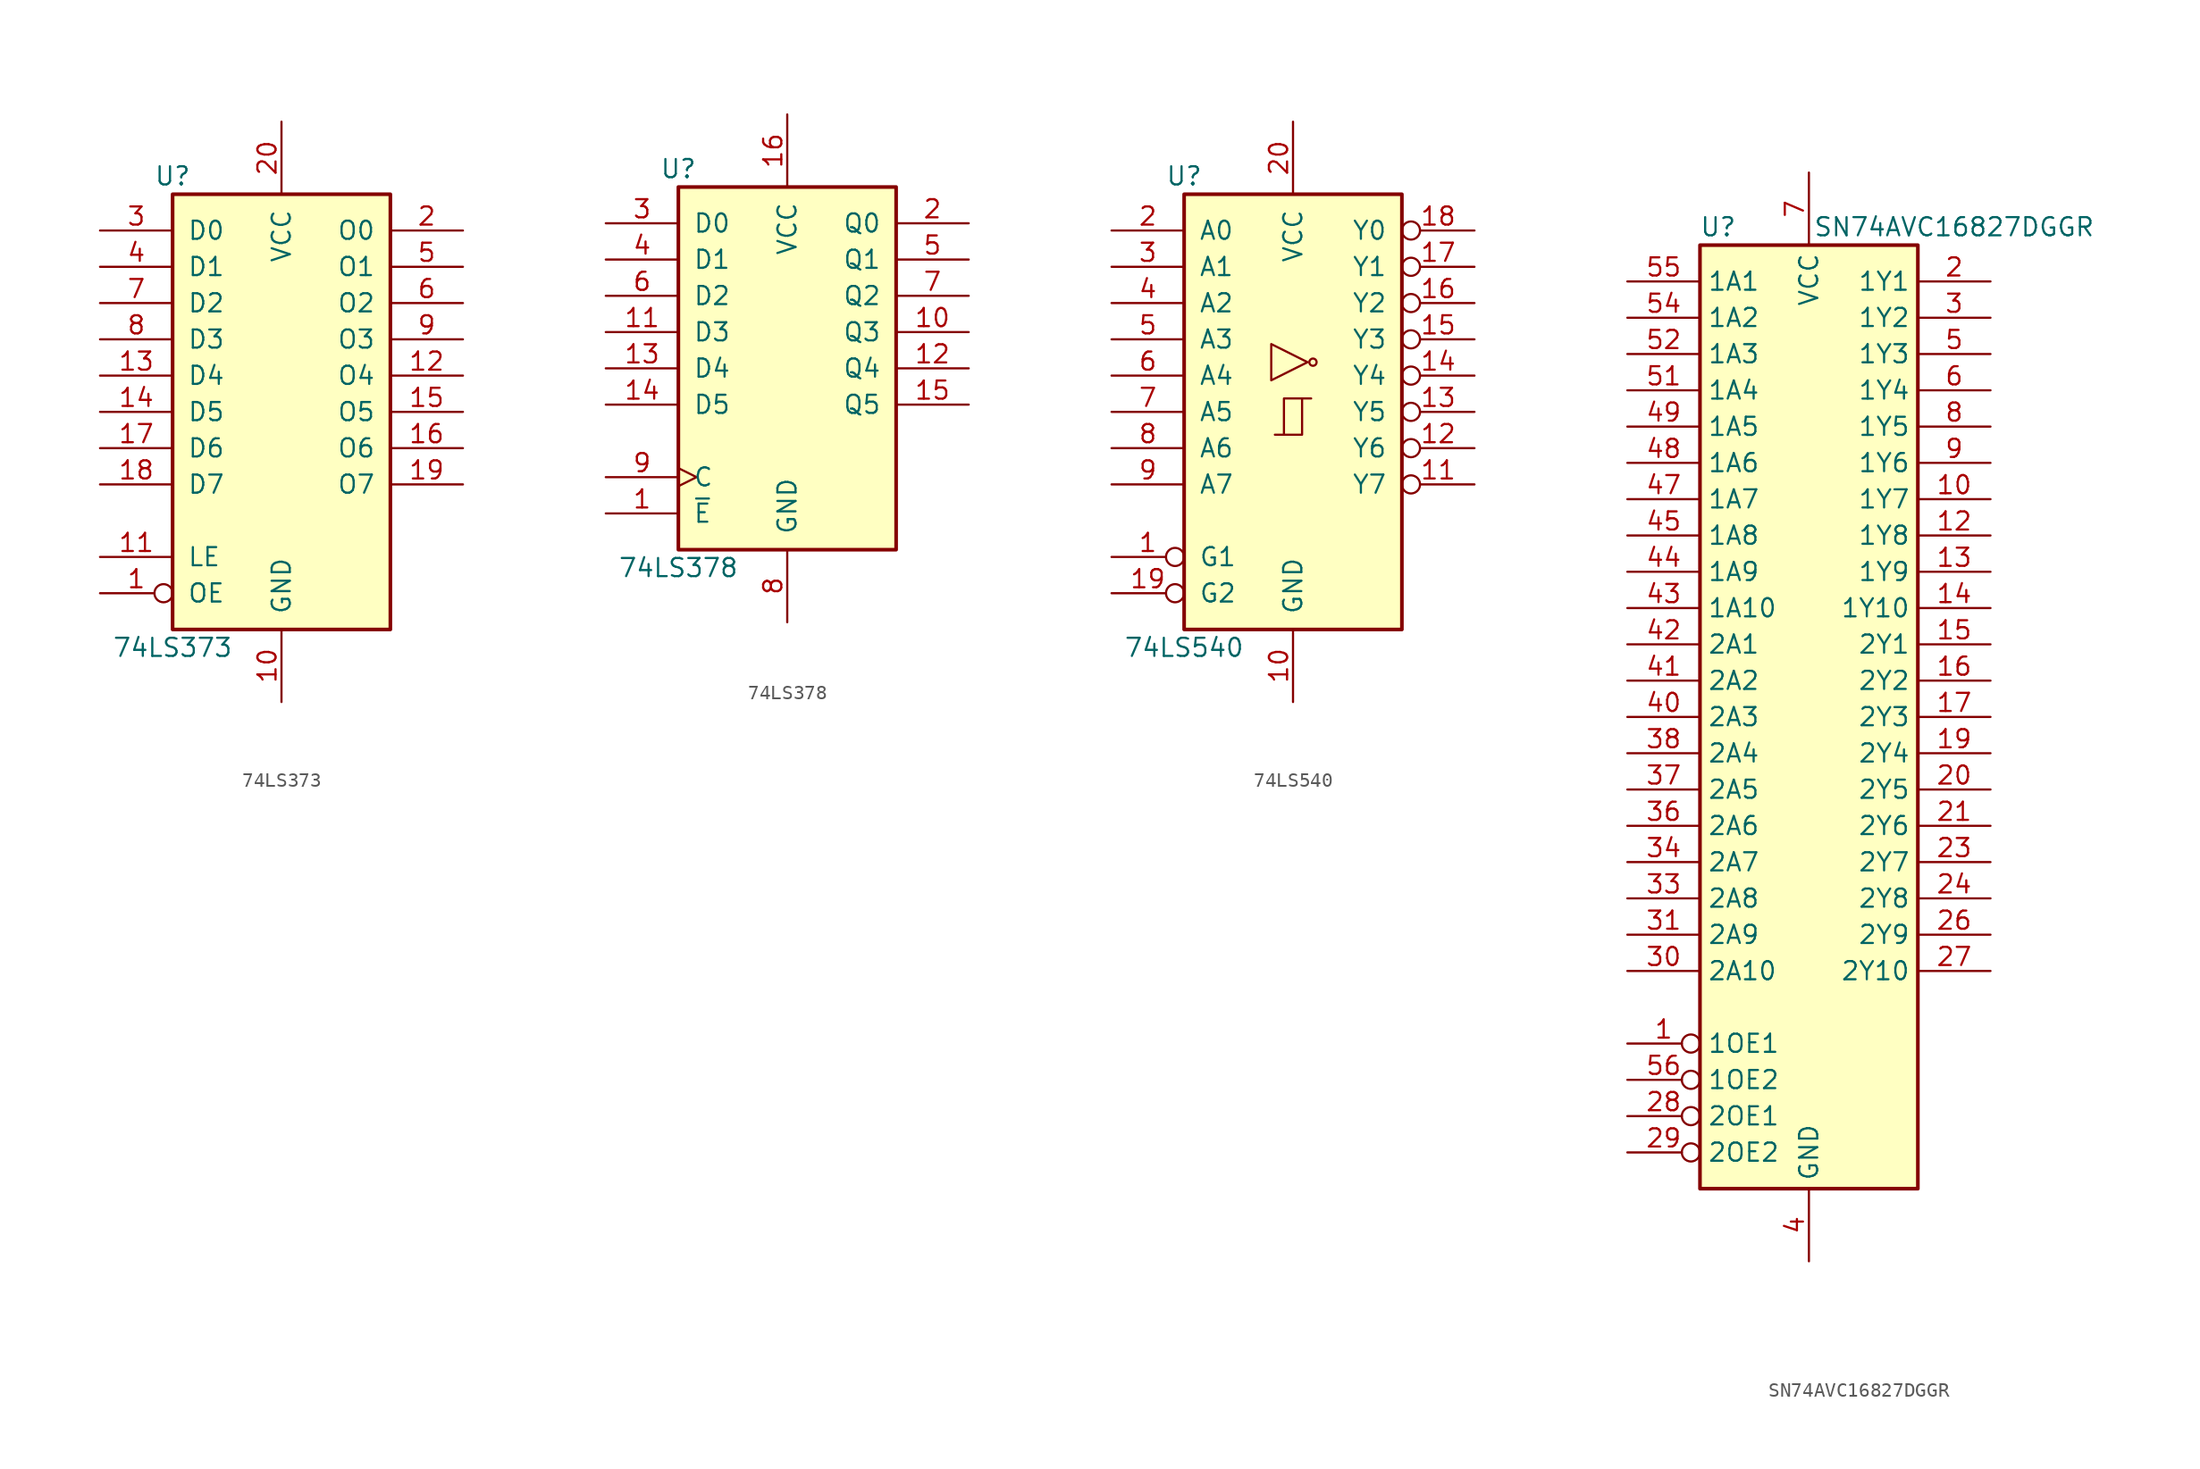
<source format=kicad_sym>
(kicad_symbol_lib
  (version 20201005)
  (generator kicad_symbol_editor)
  (symbol "74LS373"
    (pin_names
      (offset 1.016))
    (property "Reference" "U"
      (at -7.62 16.51 0)
      (effects (font (size 1.27 1.27))))
    (property "Value" "74LS373"
      (at -7.62 -16.51 0)
      (effects (font (size 1.27 1.27))))
    (property "ki_locked" ""
      (at 0 0 0)
      (effects (font (size 1.27 1.27))))
    (symbol "74LS373_1_0"
      (pin input inverted (at -12.7 -12.7 0) (length 5.08) (name "OE" (effects (font (size 1.27 1.27)))) (number "1" (effects (font (size 1.27 1.27)))))
      (pin power_in line (at 0 -20.32 90) (length 5.08) (name "GND" (effects (font (size 1.27 1.27)))) (number "10" (effects (font (size 1.27 1.27)))))
      (pin input line (at -12.7 -10.16 0) (length 5.08) (name "LE" (effects (font (size 1.27 1.27)))) (number "11" (effects (font (size 1.27 1.27)))))
      (pin tri_state line (at 12.7 2.54 180) (length 5.08) (name "O4" (effects (font (size 1.27 1.27)))) (number "12" (effects (font (size 1.27 1.27)))))
      (pin input line (at -12.7 2.54 0) (length 5.08) (name "D4" (effects (font (size 1.27 1.27)))) (number "13" (effects (font (size 1.27 1.27)))))
      (pin input line (at -12.7 0 0) (length 5.08) (name "D5" (effects (font (size 1.27 1.27)))) (number "14" (effects (font (size 1.27 1.27)))))
      (pin tri_state line (at 12.7 0 180) (length 5.08) (name "O5" (effects (font (size 1.27 1.27)))) (number "15" (effects (font (size 1.27 1.27)))))
      (pin tri_state line (at 12.7 -2.54 180) (length 5.08) (name "O6" (effects (font (size 1.27 1.27)))) (number "16" (effects (font (size 1.27 1.27)))))
      (pin input line (at -12.7 -2.54 0) (length 5.08) (name "D6" (effects (font (size 1.27 1.27)))) (number "17" (effects (font (size 1.27 1.27)))))
      (pin input line (at -12.7 -5.08 0) (length 5.08) (name "D7" (effects (font (size 1.27 1.27)))) (number "18" (effects (font (size 1.27 1.27)))))
      (pin tri_state line (at 12.7 -5.08 180) (length 5.08) (name "O7" (effects (font (size 1.27 1.27)))) (number "19" (effects (font (size 1.27 1.27)))))
      (pin tri_state line (at 12.7 12.7 180) (length 5.08) (name "O0" (effects (font (size 1.27 1.27)))) (number "2" (effects (font (size 1.27 1.27)))))
      (pin power_in line (at 0 20.32 270) (length 5.08) (name "VCC" (effects (font (size 1.27 1.27)))) (number "20" (effects (font (size 1.27 1.27)))))
      (pin input line (at -12.7 12.7 0) (length 5.08) (name "D0" (effects (font (size 1.27 1.27)))) (number "3" (effects (font (size 1.27 1.27)))))
      (pin input line (at -12.7 10.16 0) (length 5.08) (name "D1" (effects (font (size 1.27 1.27)))) (number "4" (effects (font (size 1.27 1.27)))))
      (pin tri_state line (at 12.7 10.16 180) (length 5.08) (name "O1" (effects (font (size 1.27 1.27)))) (number "5" (effects (font (size 1.27 1.27)))))
      (pin tri_state line (at 12.7 7.62 180) (length 5.08) (name "O2" (effects (font (size 1.27 1.27)))) (number "6" (effects (font (size 1.27 1.27)))))
      (pin input line (at -12.7 7.62 0) (length 5.08) (name "D2" (effects (font (size 1.27 1.27)))) (number "7" (effects (font (size 1.27 1.27)))))
      (pin input line (at -12.7 5.08 0) (length 5.08) (name "D3" (effects (font (size 1.27 1.27)))) (number "8" (effects (font (size 1.27 1.27)))))
      (pin tri_state line (at 12.7 5.08 180) (length 5.08) (name "O3" (effects (font (size 1.27 1.27)))) (number "9" (effects (font (size 1.27 1.27))))))
    (symbol "74LS373_1_1"
      (rectangle (start -7.62 15.24) (end 7.62 -15.24) (stroke (width 0.254)) (fill (type background)))))
  (symbol "74LS378"
    (pin_names
      (offset 1.016))
    (property "Reference" "U"
      (at -7.62 13.97 0)
      (effects (font (size 1.27 1.27))))
    (property "Value" "74LS378"
      (at -7.62 -13.97 0)
      (effects (font (size 1.27 1.27))))
    (property "ki_locked" ""
      (at 0 0 0)
      (effects (font (size 1.27 1.27))))
    (symbol "74LS378_1_0"
      (pin input line (at -12.7 -10.16 0) (length 5.08) (name "~E" (effects (font (size 1.27 1.27)))) (number "1" (effects (font (size 1.27 1.27)))))
      (pin output line (at 12.7 2.54 180) (length 5.08) (name "Q3" (effects (font (size 1.27 1.27)))) (number "10" (effects (font (size 1.27 1.27)))))
      (pin input line (at -12.7 2.54 0) (length 5.08) (name "D3" (effects (font (size 1.27 1.27)))) (number "11" (effects (font (size 1.27 1.27)))))
      (pin output line (at 12.7 0 180) (length 5.08) (name "Q4" (effects (font (size 1.27 1.27)))) (number "12" (effects (font (size 1.27 1.27)))))
      (pin input line (at -12.7 0 0) (length 5.08) (name "D4" (effects (font (size 1.27 1.27)))) (number "13" (effects (font (size 1.27 1.27)))))
      (pin input line (at -12.7 -2.54 0) (length 5.08) (name "D5" (effects (font (size 1.27 1.27)))) (number "14" (effects (font (size 1.27 1.27)))))
      (pin output line (at 12.7 -2.54 180) (length 5.08) (name "Q5" (effects (font (size 1.27 1.27)))) (number "15" (effects (font (size 1.27 1.27)))))
      (pin power_in line (at 0 17.78 270) (length 5.08) (name "VCC" (effects (font (size 1.27 1.27)))) (number "16" (effects (font (size 1.27 1.27)))))
      (pin output line (at 12.7 10.16 180) (length 5.08) (name "Q0" (effects (font (size 1.27 1.27)))) (number "2" (effects (font (size 1.27 1.27)))))
      (pin input line (at -12.7 10.16 0) (length 5.08) (name "D0" (effects (font (size 1.27 1.27)))) (number "3" (effects (font (size 1.27 1.27)))))
      (pin input line (at -12.7 7.62 0) (length 5.08) (name "D1" (effects (font (size 1.27 1.27)))) (number "4" (effects (font (size 1.27 1.27)))))
      (pin output line (at 12.7 7.62 180) (length 5.08) (name "Q1" (effects (font (size 1.27 1.27)))) (number "5" (effects (font (size 1.27 1.27)))))
      (pin input line (at -12.7 5.08 0) (length 5.08) (name "D2" (effects (font (size 1.27 1.27)))) (number "6" (effects (font (size 1.27 1.27)))))
      (pin output line (at 12.7 5.08 180) (length 5.08) (name "Q2" (effects (font (size 1.27 1.27)))) (number "7" (effects (font (size 1.27 1.27)))))
      (pin power_in line (at 0 -17.78 90) (length 5.08) (name "GND" (effects (font (size 1.27 1.27)))) (number "8" (effects (font (size 1.27 1.27)))))
      (pin input clock (at -12.7 -7.62 0) (length 5.08) (name "C" (effects (font (size 1.27 1.27)))) (number "9" (effects (font (size 1.27 1.27))))))
    (symbol "74LS378_1_1"
      (rectangle (start -7.62 12.7) (end 7.62 -12.7) (stroke (width 0.254)) (fill (type background)))))
  (symbol "74LS540"
    (pin_names
      (offset 1.016))
    (property "Reference" "U"
      (at -7.62 16.51 0)
      (effects (font (size 1.27 1.27))))
    (property "Value" "74LS540"
      (at -7.62 -16.51 0)
      (effects (font (size 1.27 1.27))))
    (property "ki_locked" ""
      (at 0 0 0)
      (effects (font (size 1.27 1.27))))
    (symbol "74LS540_1_0"
      (circle (center 1.397 3.48) (radius 0.254) (stroke (width 0.152)) (fill (type none)))
      (polyline (pts (xy -0.635 -1.6) (xy -0.635 0.94) (xy 0.635 0.94)) (stroke (width 0)) (fill (type none)))
      (polyline (pts (xy -1.27 -1.6) (xy 0.635 -1.6) (xy 0.635 0.94) (xy 1.27 0.94)) (stroke (width 0)) (fill (type none)))
      (polyline (pts (xy 1.016 3.48) (xy -1.524 4.75) (xy -1.524 2.21) (xy 1.016 3.48)) (stroke (width 0.152)) (fill (type none)))
      (pin input inverted (at -12.7 -10.16 0) (length 5.08) (name "G1" (effects (font (size 1.27 1.27)))) (number "1" (effects (font (size 1.27 1.27)))))
      (pin power_in line (at 0 -20.32 90) (length 5.08) (name "GND" (effects (font (size 1.27 1.27)))) (number "10" (effects (font (size 1.27 1.27)))))
      (pin tri_state inverted (at 12.7 -5.08 180) (length 5.08) (name "Y7" (effects (font (size 1.27 1.27)))) (number "11" (effects (font (size 1.27 1.27)))))
      (pin tri_state inverted (at 12.7 -2.54 180) (length 5.08) (name "Y6" (effects (font (size 1.27 1.27)))) (number "12" (effects (font (size 1.27 1.27)))))
      (pin tri_state inverted (at 12.7 0 180) (length 5.08) (name "Y5" (effects (font (size 1.27 1.27)))) (number "13" (effects (font (size 1.27 1.27)))))
      (pin tri_state inverted (at 12.7 2.54 180) (length 5.08) (name "Y4" (effects (font (size 1.27 1.27)))) (number "14" (effects (font (size 1.27 1.27)))))
      (pin tri_state inverted (at 12.7 5.08 180) (length 5.08) (name "Y3" (effects (font (size 1.27 1.27)))) (number "15" (effects (font (size 1.27 1.27)))))
      (pin tri_state inverted (at 12.7 7.62 180) (length 5.08) (name "Y2" (effects (font (size 1.27 1.27)))) (number "16" (effects (font (size 1.27 1.27)))))
      (pin tri_state inverted (at 12.7 10.16 180) (length 5.08) (name "Y1" (effects (font (size 1.27 1.27)))) (number "17" (effects (font (size 1.27 1.27)))))
      (pin tri_state inverted (at 12.7 12.7 180) (length 5.08) (name "Y0" (effects (font (size 1.27 1.27)))) (number "18" (effects (font (size 1.27 1.27)))))
      (pin input inverted (at -12.7 -12.7 0) (length 5.08) (name "G2" (effects (font (size 1.27 1.27)))) (number "19" (effects (font (size 1.27 1.27)))))
      (pin input line (at -12.7 12.7 0) (length 5.08) (name "A0" (effects (font (size 1.27 1.27)))) (number "2" (effects (font (size 1.27 1.27)))))
      (pin power_in line (at 0 20.32 270) (length 5.08) (name "VCC" (effects (font (size 1.27 1.27)))) (number "20" (effects (font (size 1.27 1.27)))))
      (pin input line (at -12.7 10.16 0) (length 5.08) (name "A1" (effects (font (size 1.27 1.27)))) (number "3" (effects (font (size 1.27 1.27)))))
      (pin input line (at -12.7 7.62 0) (length 5.08) (name "A2" (effects (font (size 1.27 1.27)))) (number "4" (effects (font (size 1.27 1.27)))))
      (pin input line (at -12.7 5.08 0) (length 5.08) (name "A3" (effects (font (size 1.27 1.27)))) (number "5" (effects (font (size 1.27 1.27)))))
      (pin input line (at -12.7 2.54 0) (length 5.08) (name "A4" (effects (font (size 1.27 1.27)))) (number "6" (effects (font (size 1.27 1.27)))))
      (pin input line (at -12.7 0 0) (length 5.08) (name "A5" (effects (font (size 1.27 1.27)))) (number "7" (effects (font (size 1.27 1.27)))))
      (pin input line (at -12.7 -2.54 0) (length 5.08) (name "A6" (effects (font (size 1.27 1.27)))) (number "8" (effects (font (size 1.27 1.27)))))
      (pin input line (at -12.7 -5.08 0) (length 5.08) (name "A7" (effects (font (size 1.27 1.27)))) (number "9" (effects (font (size 1.27 1.27))))))
    (symbol "74LS540_1_1"
      (rectangle (start -7.62 15.24) (end 7.62 -15.24) (stroke (width 0.254)) (fill (type background)))))
  (symbol "SN74AVC16827DGGR"
    (property "Reference" "U"
      (at -6.35 34.29 0)
      (effects (font (size 1.27 1.27))))
    (property "Value" "SN74AVC16827DGGR"
      (at 10.16 34.29 0)
      (effects (font (size 1.27 1.27))))
    (symbol "SN74AVC16827DGGR_0_1"
      (rectangle (start -7.62 33.02) (end 7.62 -33.02) (stroke (width 0.254)) (fill (type background))))
    (symbol "SN74AVC16827DGGR_1_1"
      (pin input inverted (at -12.7 -22.86 0) (length 5.08) (name "1OE1" (effects (font (size 1.27 1.27)))) (number "1" (effects (font (size 1.27 1.27)))))
      (pin output line (at 12.7 15.24 180) (length 5.08) (name "1Y7" (effects (font (size 1.27 1.27)))) (number "10" (effects (font (size 1.27 1.27)))))
      (pin passive line (at 0 -38.1 90) (length 5.08) hide (name "GND" (effects (font (size 1.27 1.27)))) (number "11" (effects (font (size 1.27 1.27)))))
      (pin output line (at 12.7 12.7 180) (length 5.08) (name "1Y8" (effects (font (size 1.27 1.27)))) (number "12" (effects (font (size 1.27 1.27)))))
      (pin output line (at 12.7 10.16 180) (length 5.08) (name "1Y9" (effects (font (size 1.27 1.27)))) (number "13" (effects (font (size 1.27 1.27)))))
      (pin output line (at 12.7 7.62 180) (length 5.08) (name "1Y10" (effects (font (size 1.27 1.27)))) (number "14" (effects (font (size 1.27 1.27)))))
      (pin output line (at 12.7 5.08 180) (length 5.08) (name "2Y1" (effects (font (size 1.27 1.27)))) (number "15" (effects (font (size 1.27 1.27)))))
      (pin output line (at 12.7 2.54 180) (length 5.08) (name "2Y2" (effects (font (size 1.27 1.27)))) (number "16" (effects (font (size 1.27 1.27)))))
      (pin output line (at 12.7 0 180) (length 5.08) (name "2Y3" (effects (font (size 1.27 1.27)))) (number "17" (effects (font (size 1.27 1.27)))))
      (pin passive line (at 0 -38.1 90) (length 5.08) hide (name "GND" (effects (font (size 1.27 1.27)))) (number "18" (effects (font (size 1.27 1.27)))))
      (pin output line (at 12.7 -2.54 180) (length 5.08) (name "2Y4" (effects (font (size 1.27 1.27)))) (number "19" (effects (font (size 1.27 1.27)))))
      (pin output line (at 12.7 30.48 180) (length 5.08) (name "1Y1" (effects (font (size 1.27 1.27)))) (number "2" (effects (font (size 1.27 1.27)))))
      (pin output line (at 12.7 -5.08 180) (length 5.08) (name "2Y5" (effects (font (size 1.27 1.27)))) (number "20" (effects (font (size 1.27 1.27)))))
      (pin output line (at 12.7 -7.62 180) (length 5.08) (name "2Y6" (effects (font (size 1.27 1.27)))) (number "21" (effects (font (size 1.27 1.27)))))
      (pin passive line (at 0 38.1 270) (length 5.08) hide (name "VCC" (effects (font (size 1.27 1.27)))) (number "22" (effects (font (size 1.27 1.27)))))
      (pin output line (at 12.7 -10.16 180) (length 5.08) (name "2Y7" (effects (font (size 1.27 1.27)))) (number "23" (effects (font (size 1.27 1.27)))))
      (pin output line (at 12.7 -12.7 180) (length 5.08) (name "2Y8" (effects (font (size 1.27 1.27)))) (number "24" (effects (font (size 1.27 1.27)))))
      (pin passive line (at 0 -38.1 90) (length 5.08) hide (name "GND" (effects (font (size 1.27 1.27)))) (number "25" (effects (font (size 1.27 1.27)))))
      (pin output line (at 12.7 -15.24 180) (length 5.08) (name "2Y9" (effects (font (size 1.27 1.27)))) (number "26" (effects (font (size 1.27 1.27)))))
      (pin output line (at 12.7 -17.78 180) (length 5.08) (name "2Y10" (effects (font (size 1.27 1.27)))) (number "27" (effects (font (size 1.27 1.27)))))
      (pin input inverted (at -12.7 -27.94 0) (length 5.08) (name "2OE1" (effects (font (size 1.27 1.27)))) (number "28" (effects (font (size 1.27 1.27)))))
      (pin input inverted (at -12.7 -30.48 0) (length 5.08) (name "2OE2" (effects (font (size 1.27 1.27)))) (number "29" (effects (font (size 1.27 1.27)))))
      (pin output line (at 12.7 27.94 180) (length 5.08) (name "1Y2" (effects (font (size 1.27 1.27)))) (number "3" (effects (font (size 1.27 1.27)))))
      (pin input line (at -12.7 -17.78 0) (length 5.08) (name "2A10" (effects (font (size 1.27 1.27)))) (number "30" (effects (font (size 1.27 1.27)))))
      (pin input line (at -12.7 -15.24 0) (length 5.08) (name "2A9" (effects (font (size 1.27 1.27)))) (number "31" (effects (font (size 1.27 1.27)))))
      (pin passive line (at 0 -38.1 90) (length 5.08) hide (name "GND" (effects (font (size 1.27 1.27)))) (number "32" (effects (font (size 1.27 1.27)))))
      (pin input line (at -12.7 -12.7 0) (length 5.08) (name "2A8" (effects (font (size 1.27 1.27)))) (number "33" (effects (font (size 1.27 1.27)))))
      (pin input line (at -12.7 -10.16 0) (length 5.08) (name "2A7" (effects (font (size 1.27 1.27)))) (number "34" (effects (font (size 1.27 1.27)))))
      (pin passive line (at 0 38.1 270) (length 5.08) hide (name "VCC" (effects (font (size 1.27 1.27)))) (number "35" (effects (font (size 1.27 1.27)))))
      (pin input line (at -12.7 -7.62 0) (length 5.08) (name "2A6" (effects (font (size 1.27 1.27)))) (number "36" (effects (font (size 1.27 1.27)))))
      (pin input line (at -12.7 -5.08 0) (length 5.08) (name "2A5" (effects (font (size 1.27 1.27)))) (number "37" (effects (font (size 1.27 1.27)))))
      (pin input line (at -12.7 -2.54 0) (length 5.08) (name "2A4" (effects (font (size 1.27 1.27)))) (number "38" (effects (font (size 1.27 1.27)))))
      (pin passive line (at 0 -38.1 90) (length 5.08) hide (name "GND" (effects (font (size 1.27 1.27)))) (number "39" (effects (font (size 1.27 1.27)))))
      (pin power_in line (at 0 -38.1 90) (length 5.08) (name "GND" (effects (font (size 1.27 1.27)))) (number "4" (effects (font (size 1.27 1.27)))))
      (pin input line (at -12.7 0 0) (length 5.08) (name "2A3" (effects (font (size 1.27 1.27)))) (number "40" (effects (font (size 1.27 1.27)))))
      (pin input line (at -12.7 2.54 0) (length 5.08) (name "2A2" (effects (font (size 1.27 1.27)))) (number "41" (effects (font (size 1.27 1.27)))))
      (pin input line (at -12.7 5.08 0) (length 5.08) (name "2A1" (effects (font (size 1.27 1.27)))) (number "42" (effects (font (size 1.27 1.27)))))
      (pin input line (at -12.7 7.62 0) (length 5.08) (name "1A10" (effects (font (size 1.27 1.27)))) (number "43" (effects (font (size 1.27 1.27)))))
      (pin input line (at -12.7 10.16 0) (length 5.08) (name "1A9" (effects (font (size 1.27 1.27)))) (number "44" (effects (font (size 1.27 1.27)))))
      (pin input line (at -12.7 12.7 0) (length 5.08) (name "1A8" (effects (font (size 1.27 1.27)))) (number "45" (effects (font (size 1.27 1.27)))))
      (pin passive line (at 0 -38.1 90) (length 5.08) hide (name "GND" (effects (font (size 1.27 1.27)))) (number "46" (effects (font (size 1.27 1.27)))))
      (pin input line (at -12.7 15.24 0) (length 5.08) (name "1A7" (effects (font (size 1.27 1.27)))) (number "47" (effects (font (size 1.27 1.27)))))
      (pin input line (at -12.7 17.78 0) (length 5.08) (name "1A6" (effects (font (size 1.27 1.27)))) (number "48" (effects (font (size 1.27 1.27)))))
      (pin input line (at -12.7 20.32 0) (length 5.08) (name "1A5" (effects (font (size 1.27 1.27)))) (number "49" (effects (font (size 1.27 1.27)))))
      (pin output line (at 12.7 25.4 180) (length 5.08) (name "1Y3" (effects (font (size 1.27 1.27)))) (number "5" (effects (font (size 1.27 1.27)))))
      (pin passive line (at 0 38.1 270) (length 5.08) hide (name "VCC" (effects (font (size 1.27 1.27)))) (number "50" (effects (font (size 1.27 1.27)))))
      (pin input line (at -12.7 22.86 0) (length 5.08) (name "1A4" (effects (font (size 1.27 1.27)))) (number "51" (effects (font (size 1.27 1.27)))))
      (pin input line (at -12.7 25.4 0) (length 5.08) (name "1A3" (effects (font (size 1.27 1.27)))) (number "52" (effects (font (size 1.27 1.27)))))
      (pin passive line (at 0 -38.1 90) (length 5.08) hide (name "GND" (effects (font (size 1.27 1.27)))) (number "53" (effects (font (size 1.27 1.27)))))
      (pin input line (at -12.7 27.94 0) (length 5.08) (name "1A2" (effects (font (size 1.27 1.27)))) (number "54" (effects (font (size 1.27 1.27)))))
      (pin input line (at -12.7 30.48 0) (length 5.08) (name "1A1" (effects (font (size 1.27 1.27)))) (number "55" (effects (font (size 1.27 1.27)))))
      (pin input inverted (at -12.7 -25.4 0) (length 5.08) (name "1OE2" (effects (font (size 1.27 1.27)))) (number "56" (effects (font (size 1.27 1.27)))))
      (pin output line (at 12.7 22.86 180) (length 5.08) (name "1Y4" (effects (font (size 1.27 1.27)))) (number "6" (effects (font (size 1.27 1.27)))))
      (pin power_in line (at 0 38.1 270) (length 5.08) (name "VCC" (effects (font (size 1.27 1.27)))) (number "7" (effects (font (size 1.27 1.27)))))
      (pin output line (at 12.7 20.32 180) (length 5.08) (name "1Y5" (effects (font (size 1.27 1.27)))) (number "8" (effects (font (size 1.27 1.27)))))
      (pin output line (at 12.7 17.78 180) (length 5.08) (name "1Y6" (effects (font (size 1.27 1.27)))) (number "9" (effects (font (size 1.27 1.27))))))))
</source>
